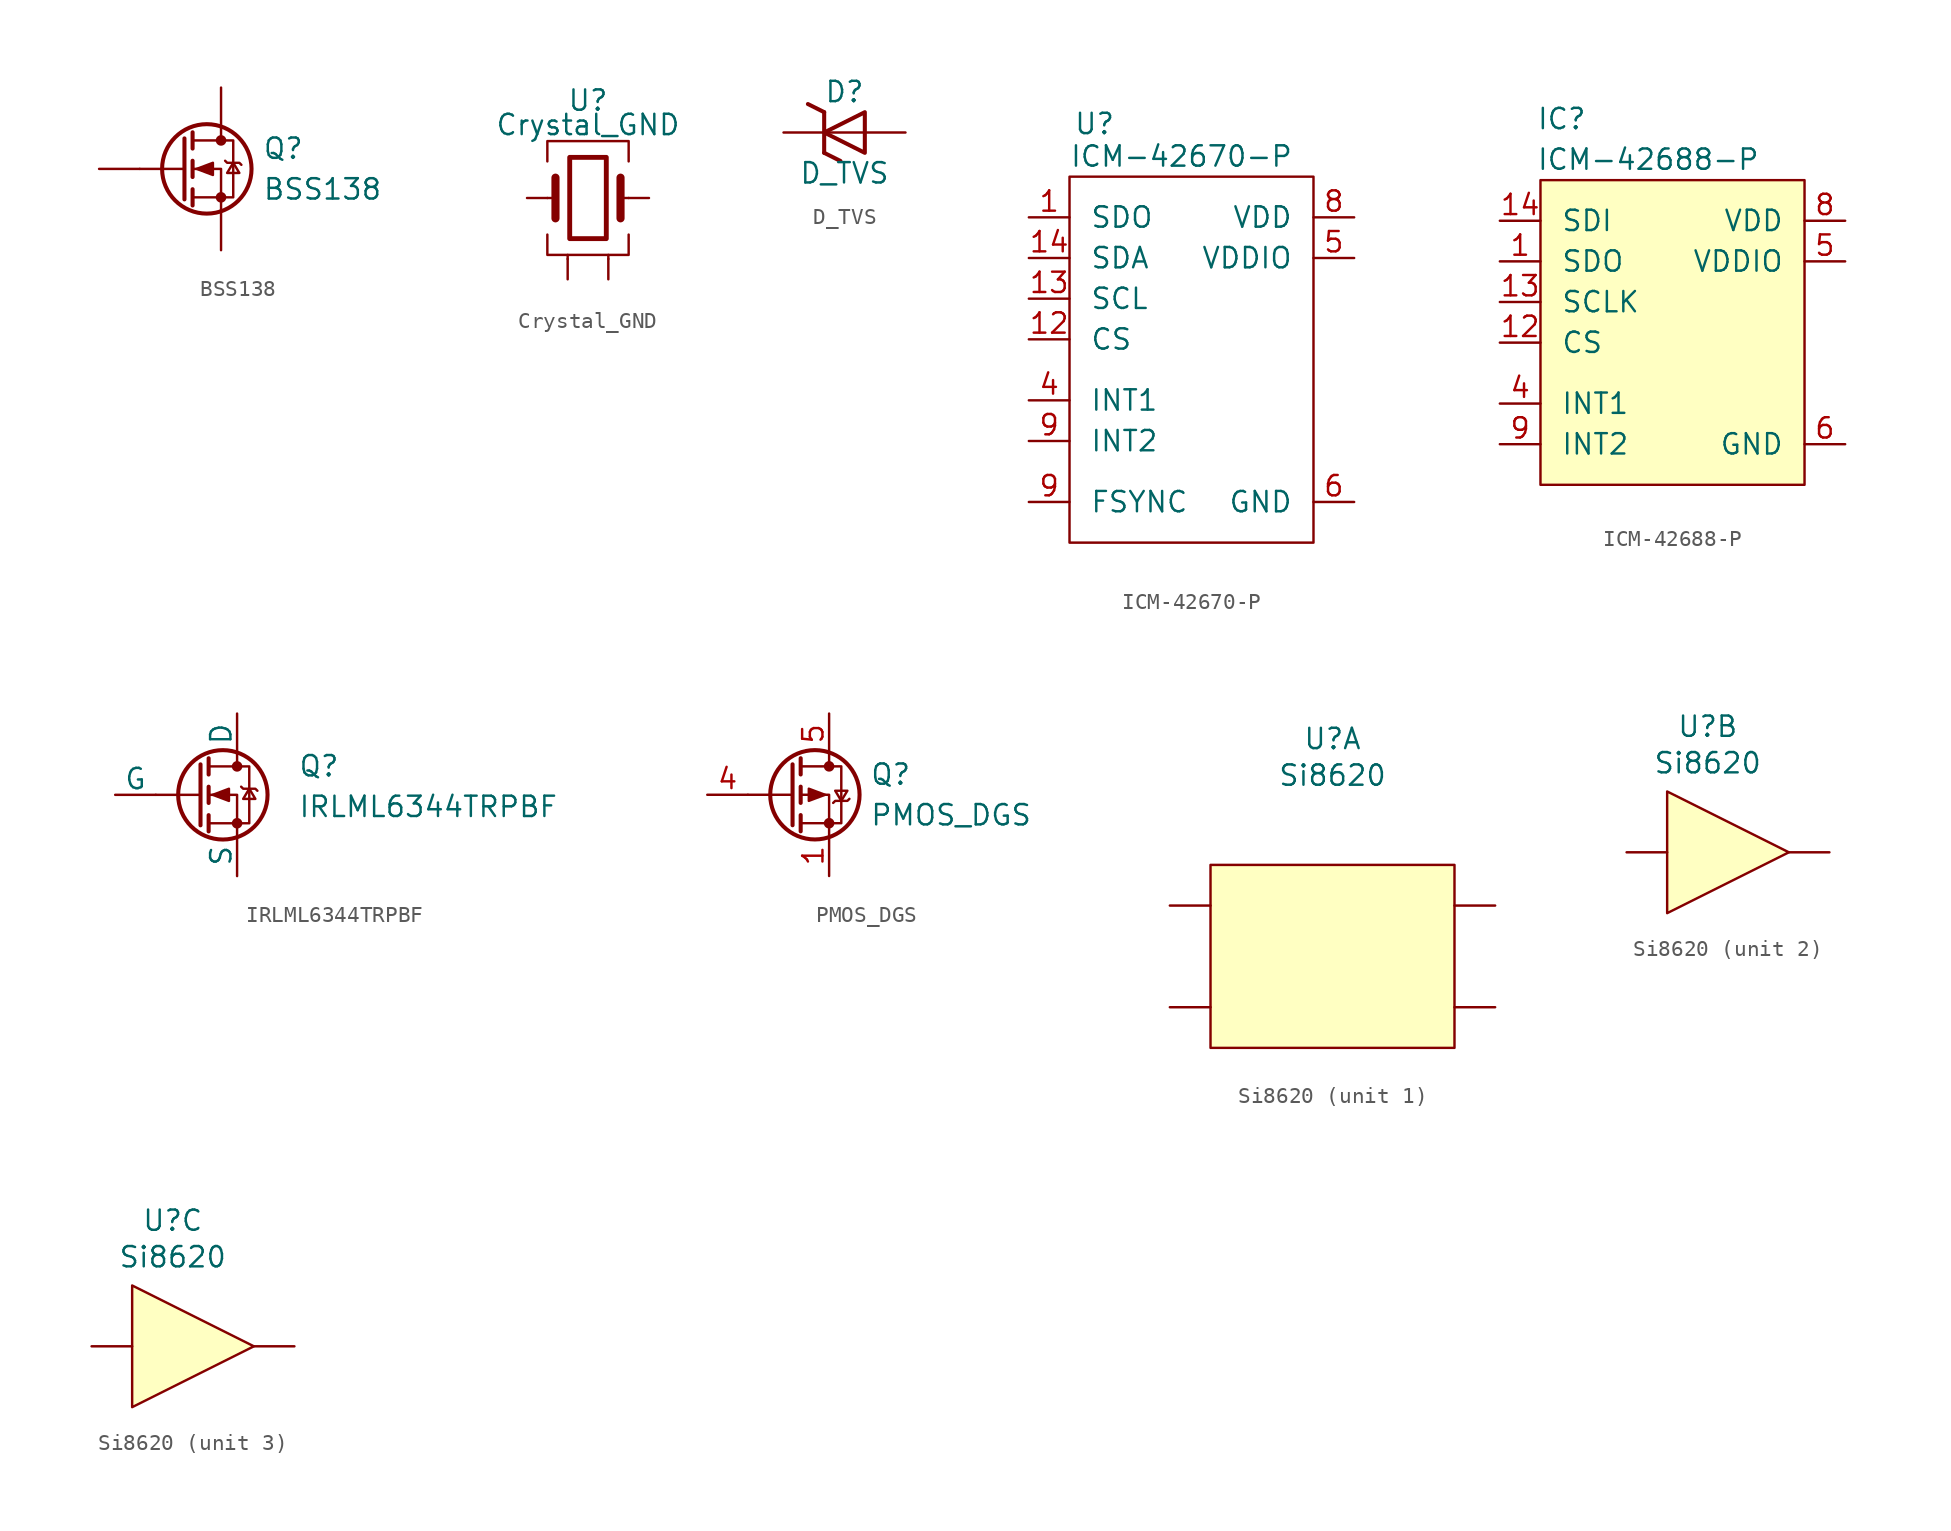
<source format=kicad_sym>
(kicad_symbol_lib
  (version 20231120)
  (generator "kicad_symbol_editor")
  (generator_version "8.0")
  (symbol "BSS138"
    (pin_numbers hide)
    (pin_names hide)
    (property "Reference" "Q"
      (at 10.2 1.27 0)
      (effects (font (size 1.27 1.27)) (justify left)))
    (property "Value" "BSS138"
      (at 10.2 -1.27 0)
      (effects (font (size 1.27 1.27)) (justify left)))
    (symbol "BSS138_0_1"
      (polyline (pts (xy 5.334 0) (xy 2.54 0)) (stroke (width 0) (type default)) (fill (type none)))
      (polyline (pts (xy 5.334 1.905) (xy 5.334 -1.905)) (stroke (width 0.254) (type default)) (fill (type none)))
      (polyline (pts (xy 5.842 -1.27) (xy 5.842 -2.286)) (stroke (width 0.254) (type default)) (fill (type none)))
      (polyline (pts (xy 5.842 0.508) (xy 5.842 -0.508)) (stroke (width 0.254) (type default)) (fill (type none)))
      (polyline (pts (xy 5.842 2.286) (xy 5.842 1.27)) (stroke (width 0.254) (type default)) (fill (type none)))
      (polyline (pts (xy 7.62 2.54) (xy 7.62 1.778)) (stroke (width 0) (type default)) (fill (type none)))
      (polyline (pts (xy 7.62 -2.54) (xy 7.62 0) (xy 5.842 0)) (stroke (width 0) (type default)) (fill (type none)))
      (polyline (pts (xy 5.842 -1.778) (xy 8.382 -1.778) (xy 8.382 1.778) (xy 5.842 1.778)) (stroke (width 0) (type default)) (fill (type none)))
      (polyline (pts (xy 6.096 0) (xy 7.112 0.381) (xy 7.112 -0.381) (xy 6.096 0)) (stroke (width 0) (type default)) (fill (type outline)))
      (polyline (pts (xy 7.874 0.508) (xy 8.001 0.381) (xy 8.763 0.381) (xy 8.89 0.254)) (stroke (width 0) (type default)) (fill (type none)))
      (polyline (pts (xy 8.382 0.381) (xy 8.001 -0.254) (xy 8.763 -0.254) (xy 8.382 0.381)) (stroke (width 0) (type default)) (fill (type none)))
      (circle (center 6.731 0) (radius 2.794) (stroke (width 0.254) (type default)) (fill (type none)))
      (circle (center 7.62 -1.778) (radius 0.254) (stroke (width 0) (type default)) (fill (type outline)))
      (circle (center 7.62 1.778) (radius 0.254) (stroke (width 0) (type default)) (fill (type outline))))
    (symbol "BSS138_1_1"
      (pin input line (at 0 0 0) (length 2.54) (name "G" (effects (font (size 1.27 1.27)))) (number "1" (effects (font (size 1.27 1.27)))))
      (pin passive line (at 7.62 5.08 270) (length 2.54) (name "S" (effects (font (size 1.27 1.27)))) (number "2" (effects (font (size 1.27 1.27)))))
      (pin passive line (at 7.62 -5.08 90) (length 2.54) (name "S" (effects (font (size 1.27 1.27)))) (number "3" (effects (font (size 1.27 1.27)))))))
  (symbol "Crystal_GND"
    (pin_numbers hide)
    (pin_names
      (offset 1.27) hide)
    (property "Reference" "U"
      (at 0 2.286 0)
      (effects (font (size 1.27 1.27))))
    (property "Value" "Crystal_GND"
      (at 0 0.762 0)
      (effects (font (size 1.27 1.27))))
    (symbol "Crystal_GND_0_1"
      (rectangle (start -1.143 -1.27) (end 1.143 -6.35) (stroke (width 0.305) (type default)) (fill (type none)))
      (polyline (pts (xy -2.54 -3.81) (xy -2.032 -3.81)) (stroke (width 0) (type default)) (fill (type none)))
      (polyline (pts (xy -2.032 -5.08) (xy -2.032 -2.54)) (stroke (width 0.508) (type default)) (fill (type none)))
      (polyline (pts (xy -1.27 -7.62) (xy -1.27 -7.366)) (stroke (width 0) (type default)) (fill (type none)))
      (polyline (pts (xy 1.27 -7.366) (xy 1.27 -7.62)) (stroke (width 0) (type default)) (fill (type none)))
      (polyline (pts (xy 2.032 -5.08) (xy 2.032 -2.54)) (stroke (width 0.508) (type default)) (fill (type none)))
      (polyline (pts (xy 2.032 -3.81) (xy 2.54 -3.81)) (stroke (width 0) (type default)) (fill (type none)))
      (polyline (pts (xy -2.54 -6.096) (xy -2.54 -7.366) (xy 2.54 -7.366) (xy 2.54 -6.096)) (stroke (width 0) (type default)) (fill (type none)))
      (polyline (pts (xy -2.54 -1.524) (xy -2.54 -0.254) (xy 2.54 -0.254) (xy 2.54 -1.524)) (stroke (width 0) (type default)) (fill (type none))))
    (symbol "Crystal_GND_1_1"
      (pin passive line (at -3.81 -3.81 0) (length 1.27) (name "1" (effects (font (size 1.27 1.27)))) (number "1" (effects (font (size 1.27 1.27)))))
      (pin passive line (at -1.27 -8.89 90) (length 1.27) (name "2" (effects (font (size 1.27 1.27)))) (number "2" (effects (font (size 1.27 1.27)))))
      (pin passive line (at 3.81 -3.81 180) (length 1.27) (name "3" (effects (font (size 1.27 1.27)))) (number "3" (effects (font (size 1.27 1.27)))))
      (pin passive line (at 1.27 -8.89 90) (length 1.27) (name "4" (effects (font (size 1.27 1.27)))) (number "4" (effects (font (size 1.27 1.27)))))))
  (symbol "D_TVS"
    (pin_numbers hide)
    (pin_names
      (offset 1.016) hide)
    (property "Reference" "D"
      (at 0 2.54 0)
      (effects (font (size 1.27 1.27))))
    (property "Value" "D_TVS"
      (at 0 -2.54 0)
      (effects (font (size 1.27 1.27))))
    (symbol "D_TVS_0_1"
      (polyline (pts (xy -1.27 1.27) (xy -1.27 -1.27)) (stroke (width 0.254) (type default)) (fill (type none)))
      (polyline (pts (xy 1.27 0) (xy -1.27 0)) (stroke (width 0) (type default)) (fill (type none)))
      (polyline (pts (xy 1.27 1.27) (xy 1.27 -1.27) (xy -1.27 0) (xy 1.27 1.27)) (stroke (width 0.254) (type default)) (fill (type none))))
    (symbol "D_TVS_1_1"
      (polyline (pts (xy -1.27 -1.27) (xy -0.254 -1.778)) (stroke (width 0.254) (type default)) (fill (type none)))
      (polyline (pts (xy -1.27 1.27) (xy -2.286 1.778)) (stroke (width 0.254) (type default)) (fill (type none)))
      (pin passive line (at -3.81 0 0) (length 2.54) (name "K" (effects (font (size 1.27 1.27)))) (number "1" (effects (font (size 1.27 1.27)))))
      (pin passive line (at 3.81 0 180) (length 2.54) (name "A" (effects (font (size 1.27 1.27)))) (number "2" (effects (font (size 1.27 1.27)))))))
  (symbol "ICM-42670-P"
    (pin_names
      (offset 1.27))
    (property "Reference" "U"
      (at 2.794 3.302 0)
      (effects (font (size 1.27 1.27)) (justify left)))
    (property "Value" "ICM-42670-P"
      (at 2.54 1.27 0)
      (effects (font (size 1.27 1.27)) (justify left)))
    (symbol "ICM-42670-P_0_1"
      (rectangle (start 2.54 0) (end 17.78 -22.86) (stroke (width 0) (type default)) (fill (type none))))
    (symbol "ICM-42670-P_1_1"
      (pin bidirectional line (at 0 -2.54 0) (length 2.54) (name "SDO" (effects (font (size 1.27 1.27)))) (number "1" (effects (font (size 1.27 1.27)))) (alternate "AD0" input line))
      (pin no_connect line (at 20.32 -16.51 180) (length 2.54) hide (name "RESV" (effects (font (size 1.27 1.27)))) (number "10" (effects (font (size 1.27 1.27)))))
      (pin no_connect line (at 20.32 -16.51 180) (length 2.54) hide (name "RESV" (effects (font (size 1.27 1.27)))) (number "11" (effects (font (size 1.27 1.27)))))
      (pin input line (at 0 -10.16 0) (length 2.54) (name "CS" (effects (font (size 1.27 1.27)))) (number "12" (effects (font (size 1.27 1.27)))))
      (pin input line (at 0 -7.62 0) (length 2.54) (name "SCL" (effects (font (size 1.27 1.27)))) (number "13" (effects (font (size 1.27 1.27)))) (alternate "AP SCLK" input line))
      (pin bidirectional line (at 0 -5.08 0) (length 2.54) (name "SDA" (effects (font (size 1.27 1.27)))) (number "14" (effects (font (size 1.27 1.27)))) (alternate "SDI" input line) (alternate "SDIO" input line))
      (pin no_connect line (at 20.32 -16.51 180) (length 2.54) hide (name "RESV" (effects (font (size 1.27 1.27)))) (number "2" (effects (font (size 1.27 1.27)))))
      (pin no_connect line (at 20.32 -16.51 180) (length 2.54) hide (name "RESV" (effects (font (size 1.27 1.27)))) (number "3" (effects (font (size 1.27 1.27)))))
      (pin output line (at 0 -13.97 0) (length 2.54) (name "INT1" (effects (font (size 1.27 1.27)))) (number "4" (effects (font (size 1.27 1.27)))) (alternate "INT" input line))
      (pin power_in line (at 20.32 -5.08 180) (length 2.54) (name "VDDIO" (effects (font (size 1.27 1.27)))) (number "5" (effects (font (size 1.27 1.27)))))
      (pin power_in line (at 20.32 -20.32 180) (length 2.54) (name "GND" (effects (font (size 1.27 1.27)))) (number "6" (effects (font (size 1.27 1.27)))))
      (pin power_in line (at 20.32 -2.54 180) (length 2.54) (name "VDD" (effects (font (size 1.27 1.27)))) (number "8" (effects (font (size 1.27 1.27)))))
      (pin input line (at 0 -20.32 0) (length 2.54) (name "FSYNC" (effects (font (size 1.27 1.27)))) (number "9" (effects (font (size 1.27 1.27)))))
      (pin output line (at 0 -16.51 0) (length 2.54) (name "INT2" (effects (font (size 1.27 1.27)))) (number "9" (effects (font (size 1.27 1.27)))))))
  (symbol "ICM-42688-P"
    (pin_names
      (offset 1.27))
    (property "Reference" "IC"
      (at 2.286 4.572 0)
      (effects (font (size 1.27 1.27)) (justify left top)))
    (property "Value" "ICM-42688-P"
      (at 2.286 2.032 0)
      (effects (font (size 1.27 1.27)) (justify left top)))
    (symbol "ICM-42688-P_1_1"
      (rectangle (start 2.54 0) (end 19.05 -19.05) (stroke (width 0) (type default)) (fill (type background)))
      (pin passive line (at 0 -5.08 0) (length 2.54) (name "SDO" (effects (font (size 1.27 1.27)))) (number "1" (effects (font (size 1.27 1.27)))) (alternate "AD0" passive line))
      (pin passive line (at 21.59 -16.51 180) (length 2.54) hide (name "RESV" (effects (font (size 1.27 1.27)))) (number "10" (effects (font (size 1.27 1.27)))))
      (pin passive line (at 21.59 -16.51 180) (length 2.54) hide (name "RESV" (effects (font (size 1.27 1.27)))) (number "11" (effects (font (size 1.27 1.27)))))
      (pin passive line (at 0 -10.16 0) (length 2.54) (name "CS" (effects (font (size 1.27 1.27)))) (number "12" (effects (font (size 1.27 1.27)))))
      (pin passive line (at 0 -7.62 0) (length 2.54) (name "SCLK" (effects (font (size 1.27 1.27)))) (number "13" (effects (font (size 1.27 1.27)))) (alternate "SCL" passive line))
      (pin passive line (at 0 -2.54 0) (length 2.54) (name "SDI" (effects (font (size 1.27 1.27)))) (number "14" (effects (font (size 1.27 1.27)))) (alternate "SDA" passive line))
      (pin passive line (at 21.59 -16.51 180) (length 2.54) hide (name "RESV" (effects (font (size 1.27 1.27)))) (number "2" (effects (font (size 1.27 1.27)))))
      (pin passive line (at 21.59 -16.51 180) (length 2.54) hide (name "RESV" (effects (font (size 1.27 1.27)))) (number "3" (effects (font (size 1.27 1.27)))))
      (pin passive line (at 0 -13.97 0) (length 2.54) (name "INT1" (effects (font (size 1.27 1.27)))) (number "4" (effects (font (size 1.27 1.27)))))
      (pin passive line (at 21.59 -5.08 180) (length 2.54) (name "VDDIO" (effects (font (size 1.27 1.27)))) (number "5" (effects (font (size 1.27 1.27)))))
      (pin passive line (at 21.59 -16.51 180) (length 2.54) (name "GND" (effects (font (size 1.27 1.27)))) (number "6" (effects (font (size 1.27 1.27)))))
      (pin passive line (at 21.59 -16.51 180) (length 2.54) hide (name "RESV" (effects (font (size 1.27 1.27)))) (number "7" (effects (font (size 1.27 1.27)))))
      (pin power_in line (at 21.59 -2.54 180) (length 2.54) (name "VDD" (effects (font (size 1.27 1.27)))) (number "8" (effects (font (size 1.27 1.27)))))
      (pin passive line (at 0 -16.51 0) (length 2.54) (name "INT2" (effects (font (size 1.27 1.27)))) (number "9" (effects (font (size 1.27 1.27)))) (alternate "CLKIN" passive line) (alternate "FSYNC" passive line))))
  (symbol "IRLML6344TRPBF"
    (pin_numbers hide)
    (pin_names
      (offset 0))
    (property "Reference" "Q"
      (at 11.43 -2.54 0)
      (effects (font (size 1.27 1.27)) (justify left top)))
    (property "Value" "IRLML6344TRPBF"
      (at 11.43 -5.08 0)
      (effects (font (size 1.27 1.27)) (justify left top)))
    (symbol "IRLML6344TRPBF_0_1"
      (polyline (pts (xy 5.334 -5.08) (xy 2.54 -5.08)) (stroke (width 0) (type default)) (fill (type none)))
      (polyline (pts (xy 5.334 -3.175) (xy 5.334 -6.985)) (stroke (width 0.254) (type default)) (fill (type none)))
      (polyline (pts (xy 5.842 -6.35) (xy 5.842 -7.366)) (stroke (width 0.254) (type default)) (fill (type none)))
      (polyline (pts (xy 5.842 -4.572) (xy 5.842 -5.588)) (stroke (width 0.254) (type default)) (fill (type none)))
      (polyline (pts (xy 5.842 -2.794) (xy 5.842 -3.81)) (stroke (width 0.254) (type default)) (fill (type none)))
      (polyline (pts (xy 7.62 -2.54) (xy 7.62 -3.302)) (stroke (width 0) (type default)) (fill (type none)))
      (polyline (pts (xy 7.62 -7.62) (xy 7.62 -5.08) (xy 5.842 -5.08)) (stroke (width 0) (type default)) (fill (type none)))
      (polyline (pts (xy 5.842 -6.858) (xy 8.382 -6.858) (xy 8.382 -3.302) (xy 5.842 -3.302)) (stroke (width 0) (type default)) (fill (type none)))
      (polyline (pts (xy 6.096 -5.08) (xy 7.112 -4.699) (xy 7.112 -5.461) (xy 6.096 -5.08)) (stroke (width 0) (type default)) (fill (type outline)))
      (polyline (pts (xy 7.874 -4.572) (xy 8.001 -4.699) (xy 8.763 -4.699) (xy 8.89 -4.826)) (stroke (width 0) (type default)) (fill (type none)))
      (polyline (pts (xy 8.382 -4.699) (xy 8.001 -5.334) (xy 8.763 -5.334) (xy 8.382 -4.699)) (stroke (width 0) (type default)) (fill (type none)))
      (circle (center 6.731 -5.08) (radius 2.794) (stroke (width 0.254) (type default)) (fill (type none)))
      (circle (center 7.62 -6.858) (radius 0.254) (stroke (width 0) (type default)) (fill (type outline)))
      (circle (center 7.62 -3.302) (radius 0.254) (stroke (width 0) (type default)) (fill (type outline))))
    (symbol "IRLML6344TRPBF_1_1"
      (pin input line (at 0 -5.08 0) (length 2.54) (name "G" (effects (font (size 1.27 1.27)))) (number "1" (effects (font (size 1.27 1.27)))))
      (pin passive line (at 7.62 -10.16 90) (length 2.54) (name "S" (effects (font (size 1.27 1.27)))) (number "2" (effects (font (size 1.27 1.27)))))
      (pin passive line (at 7.62 0 270) (length 2.54) (name "D" (effects (font (size 1.27 1.27)))) (number "3" (effects (font (size 1.27 1.27)))))))
  (symbol "PMOS_DGS"
    (pin_names
      (offset 0) hide)
    (property "Reference" "Q"
      (at 5.08 1.27 0)
      (effects (font (size 1.27 1.27)) (justify left)))
    (property "Value" "PMOS_DGS"
      (at 5.08 -1.27 0)
      (effects (font (size 1.27 1.27)) (justify left)))
    (symbol "PMOS_DGS_0_1"
      (polyline (pts (xy 0.254 0) (xy -2.54 0)) (stroke (width 0) (type default)) (fill (type none)))
      (polyline (pts (xy 0.254 1.905) (xy 0.254 -1.905)) (stroke (width 0.254) (type default)) (fill (type none)))
      (polyline (pts (xy 0.762 -1.27) (xy 0.762 -2.286)) (stroke (width 0.254) (type default)) (fill (type none)))
      (polyline (pts (xy 0.762 0.508) (xy 0.762 -0.508)) (stroke (width 0.254) (type default)) (fill (type none)))
      (polyline (pts (xy 0.762 2.286) (xy 0.762 1.27)) (stroke (width 0.254) (type default)) (fill (type none)))
      (polyline (pts (xy 2.54 2.54) (xy 2.54 1.778)) (stroke (width 0) (type default)) (fill (type none)))
      (polyline (pts (xy 2.54 -2.54) (xy 2.54 0) (xy 0.762 0)) (stroke (width 0) (type default)) (fill (type none)))
      (polyline (pts (xy 0.762 1.778) (xy 3.302 1.778) (xy 3.302 -1.778) (xy 0.762 -1.778)) (stroke (width 0) (type default)) (fill (type none)))
      (polyline (pts (xy 2.286 0) (xy 1.27 0.381) (xy 1.27 -0.381) (xy 2.286 0)) (stroke (width 0) (type default)) (fill (type outline)))
      (polyline (pts (xy 2.794 -0.508) (xy 2.921 -0.381) (xy 3.683 -0.381) (xy 3.81 -0.254)) (stroke (width 0) (type default)) (fill (type none)))
      (polyline (pts (xy 3.302 -0.381) (xy 2.921 0.254) (xy 3.683 0.254) (xy 3.302 -0.381)) (stroke (width 0) (type default)) (fill (type none)))
      (circle (center 1.651 0) (radius 2.794) (stroke (width 0.254) (type default)) (fill (type none)))
      (circle (center 2.54 -1.778) (radius 0.254) (stroke (width 0) (type default)) (fill (type outline)))
      (circle (center 2.54 1.778) (radius 0.254) (stroke (width 0) (type default)) (fill (type outline))))
    (symbol "PMOS_DGS_1_1"
      (pin passive line (at 2.54 -5.08 90) (length 2.54) (name "S" (effects (font (size 1.27 1.27)))) (number "1" (effects (font (size 1.27 1.27)))))
      (pin passive line (at 2.54 -5.08 90) (length 2.54) hide (name "S" (effects (font (size 1.27 1.27)))) (number "2" (effects (font (size 1.27 1.27)))))
      (pin passive line (at 2.54 -5.08 90) (length 2.54) hide (name "S" (effects (font (size 1.27 1.27)))) (number "3" (effects (font (size 1.27 1.27)))))
      (pin input line (at -5.08 0 0) (length 2.54) (name "G" (effects (font (size 1.27 1.27)))) (number "4" (effects (font (size 1.27 1.27)))))
      (pin passive line (at 2.54 5.08 270) (length 2.54) (name "D" (effects (font (size 1.27 1.27)))) (number "5" (effects (font (size 1.27 1.27)))))
      (pin passive line (at 2.54 5.08 270) (length 2.54) hide (name "D" (effects (font (size 1.27 1.27)))) (number "6" (effects (font (size 1.27 1.27)))))
      (pin passive line (at 2.54 5.08 270) (length 2.54) hide (name "D" (effects (font (size 1.27 1.27)))) (number "7" (effects (font (size 1.27 1.27)))))
      (pin passive line (at 2.54 5.08 270) (length 2.54) hide (name "D" (effects (font (size 1.27 1.27)))) (number "8" (effects (font (size 1.27 1.27)))))
      (pin passive line (at 2.54 5.08 270) (length 2.54) hide (name "D" (effects (font (size 1.27 1.27)))) (number "9" (effects (font (size 1.27 1.27)))))))
  (symbol "Si8620"
    (pin_numbers hide)
    (pin_names
      (offset 1.27) hide)
    (property "Reference" "U"
      (at 0 7.874 0)
      (effects (font (size 1.27 1.27))))
    (property "Value" "Si8620"
      (at 0 5.588 0)
      (effects (font (size 1.27 1.27))))
    (property "ki_locked" ""
      (at 0 0 0)
      (effects (font (size 1.27 1.27))))
    (symbol "Si8620_1_1"
      (rectangle (start -7.62 0) (end 7.62 -11.43) (stroke (width 0) (type default)) (fill (type background)))
      (pin power_in line (at -10.16 -2.54 0) (length 2.54) (name "VDD1" (effects (font (size 1.27 1.27)))) (number "1" (effects (font (size 1.27 1.27)))))
      (pin power_in line (at -10.16 -8.89 0) (length 2.54) (name "GND1" (effects (font (size 1.27 1.27)))) (number "4" (effects (font (size 1.27 1.27)))))
      (pin power_in line (at 10.16 -8.89 180) (length 2.54) (name "GND2" (effects (font (size 1.27 1.27)))) (number "5" (effects (font (size 1.27 1.27)))))
      (pin power_in line (at 10.16 -2.54 180) (length 2.54) (name "VDD2" (effects (font (size 1.27 1.27)))) (number "8" (effects (font (size 1.27 1.27))))))
    (symbol "Si8620_2_1"
      (polyline (pts (xy -2.54 3.81) (xy -2.54 -3.81) (xy 5.08 0) (xy -2.54 3.81)) (stroke (width 0) (type default)) (fill (type background)))
      (pin input line (at -5.08 0 0) (length 2.54) (name "A1" (effects (font (size 1.27 1.27)))) (number "2" (effects (font (size 1.27 1.27)))))
      (pin input line (at 7.62 0 180) (length 2.54) (name "B1" (effects (font (size 1.27 1.27)))) (number "7" (effects (font (size 1.27 1.27))))))
    (symbol "Si8620_3_1"
      (polyline (pts (xy -2.54 3.81) (xy -2.54 -3.81) (xy 5.08 0) (xy -2.54 3.81)) (stroke (width 0) (type default)) (fill (type background)))
      (pin input line (at -5.08 0 0) (length 2.54) (name "A2" (effects (font (size 1.27 1.27)))) (number "3" (effects (font (size 1.27 1.27)))))
      (pin input line (at 7.62 0 180) (length 2.54) (name "B2" (effects (font (size 1.27 1.27)))) (number "6" (effects (font (size 1.27 1.27))))))))
</source>
